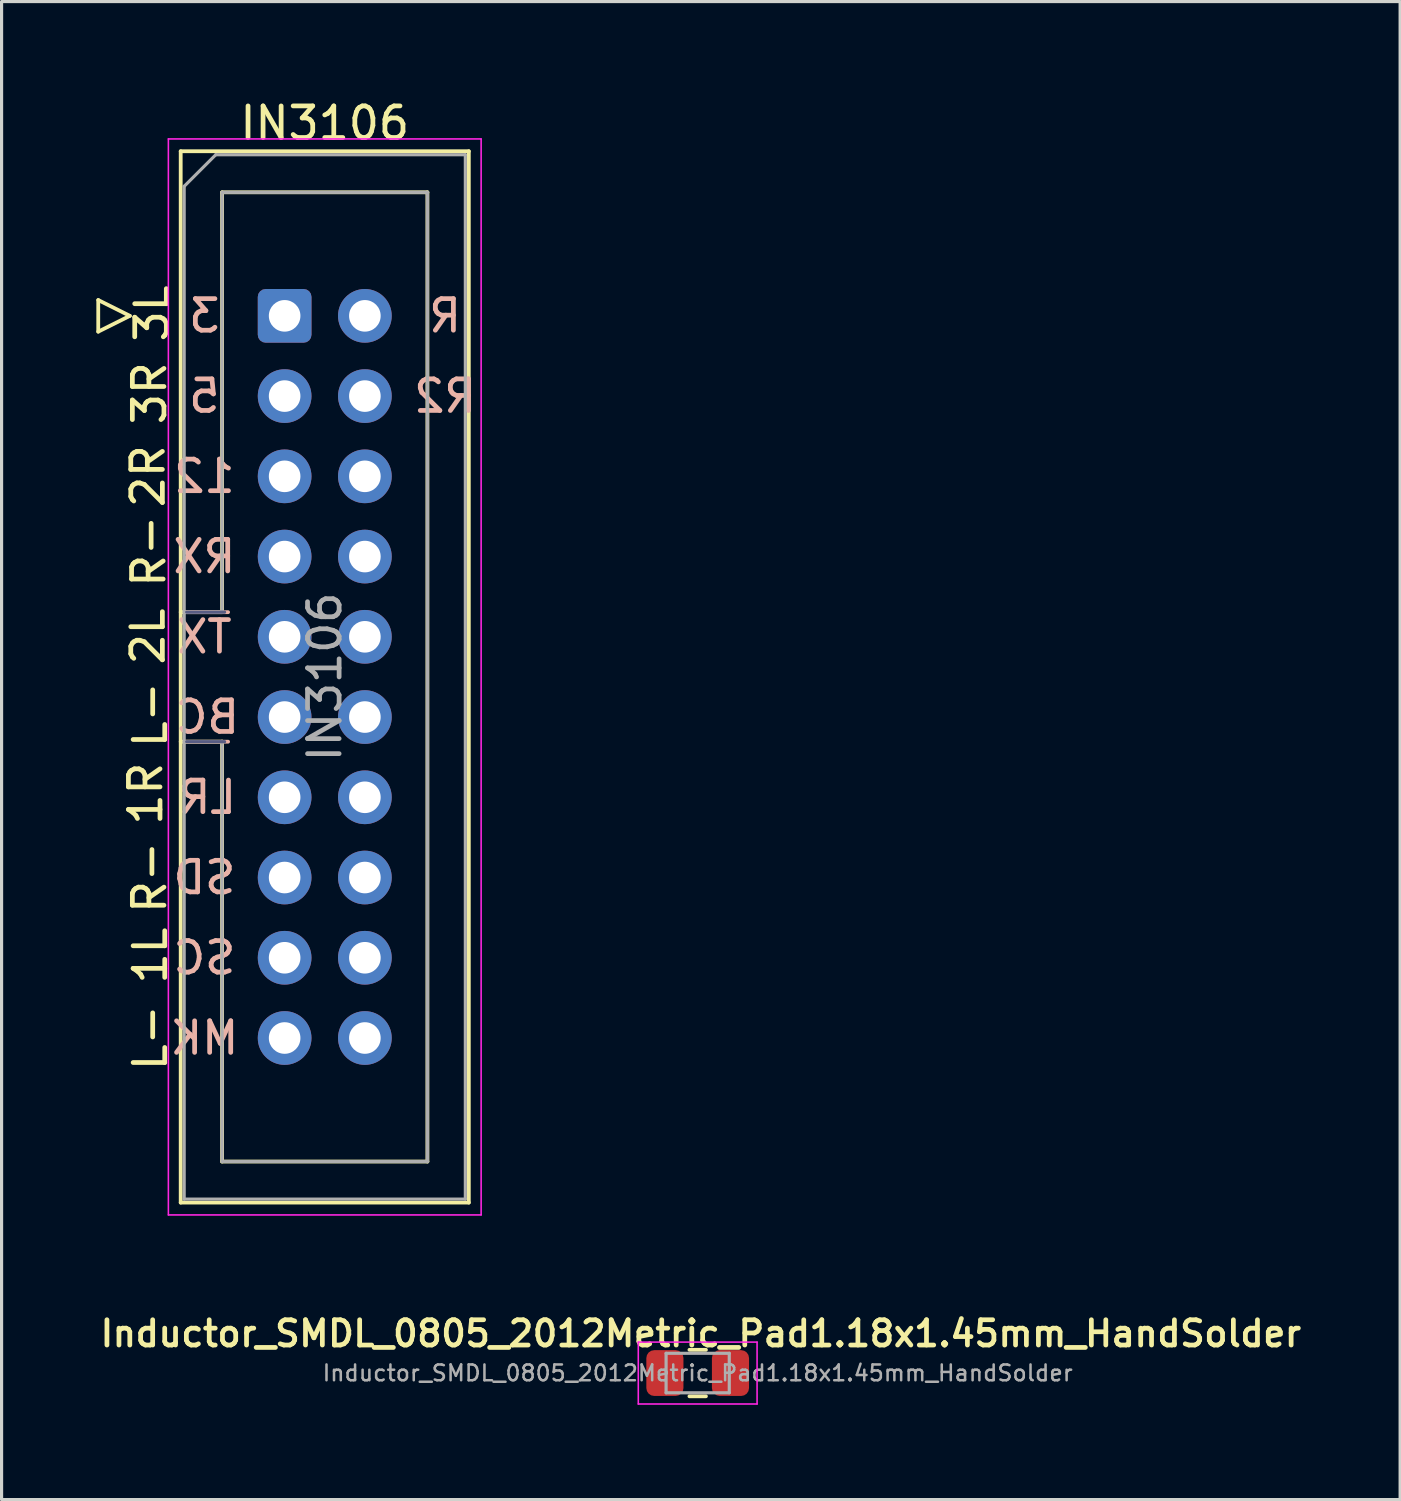
<source format=kicad_pcb>
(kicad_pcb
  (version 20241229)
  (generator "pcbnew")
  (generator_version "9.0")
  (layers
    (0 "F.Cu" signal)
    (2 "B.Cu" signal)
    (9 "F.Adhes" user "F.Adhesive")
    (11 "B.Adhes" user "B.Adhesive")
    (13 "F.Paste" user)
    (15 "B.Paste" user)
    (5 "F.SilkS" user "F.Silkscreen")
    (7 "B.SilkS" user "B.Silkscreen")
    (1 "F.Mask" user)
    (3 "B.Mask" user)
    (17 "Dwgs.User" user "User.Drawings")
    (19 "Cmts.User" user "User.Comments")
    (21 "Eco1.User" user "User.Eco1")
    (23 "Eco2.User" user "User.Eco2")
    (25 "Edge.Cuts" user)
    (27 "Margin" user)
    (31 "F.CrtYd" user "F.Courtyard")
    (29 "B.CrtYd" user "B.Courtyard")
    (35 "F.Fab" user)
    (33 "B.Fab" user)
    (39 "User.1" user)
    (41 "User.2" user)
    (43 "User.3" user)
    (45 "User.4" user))
  (footprint "IN3106"
    (layer "F.Cu")
    (at 5.96 6.948)
    (property "Reference" "IN3106" (at 1.27 -6.1 0) (layer "F.SilkS") (effects (font (size 1 1) (thickness 0.15))))
    (attr through_hole)
    (fp_line (start -5.9 -0.5) (end -5.9 0.5) (stroke (width 0.12) (type solid)) (layer "F.SilkS"))
    (fp_line (start -5.9 0.5) (end -4.9 0) (stroke (width 0.12) (type solid)) (layer "F.SilkS"))
    (fp_line (start -4.9 0) (end -5.9 -0.5) (stroke (width 0.12) (type solid)) (layer "F.SilkS"))
    (fp_line (start -3.29 -5.21) (end 5.83 -5.21) (stroke (width 0.12) (type solid)) (layer "F.SilkS"))
    (fp_line (start -3.29 9.38) (end -1.98 9.38) (stroke (width 0.12) (type solid)) (layer "F.SilkS"))
    (fp_line (start -3.29 28.07) (end -3.29 -5.21) (stroke (width 0.12) (type solid)) (layer "F.SilkS"))
    (fp_line (start -1.98 -3.91) (end 4.52 -3.91) (stroke (width 0.12) (type solid)) (layer "F.SilkS"))
    (fp_line (start -1.98 9.38) (end -1.98 -3.91) (stroke (width 0.12) (type solid)) (layer "F.SilkS"))
    (fp_line (start -1.98 13.48) (end -3.29 13.48) (stroke (width 0.12) (type solid)) (layer "F.SilkS"))
    (fp_line (start -1.98 13.48) (end -1.98 13.48) (stroke (width 0.12) (type solid)) (layer "F.SilkS"))
    (fp_line (start -1.98 26.77) (end -1.98 13.48) (stroke (width 0.12) (type solid)) (layer "F.SilkS"))
    (fp_line (start 4.52 -3.91) (end 4.52 26.77) (stroke (width 0.12) (type solid)) (layer "F.SilkS"))
    (fp_line (start 4.52 26.77) (end -1.98 26.77) (stroke (width 0.12) (type solid)) (layer "F.SilkS"))
    (fp_line (start 5.83 -5.21) (end 5.83 28.07) (stroke (width 0.12) (type solid)) (layer "F.SilkS"))
    (fp_line (start 5.83 28.07) (end -3.29 28.07) (stroke (width 0.12) (type solid)) (layer "F.SilkS"))
    (fp_line (start -3.1 13.48) (end -1.79 13.48) (stroke (width 0.12) (type solid)) (layer "B.SilkS"))
    (fp_line (start -1.79 9.38) (end -3.1 9.38) (stroke (width 0.12) (type solid)) (layer "B.SilkS"))
    (fp_line (start -3.68 -5.6) (end -3.68 28.46) (stroke (width 0.05) (type solid)) (layer "F.CrtYd"))
    (fp_line (start -3.68 28.46) (end 6.22 28.46) (stroke (width 0.05) (type solid)) (layer "F.CrtYd"))
    (fp_line (start 6.22 -5.6) (end -3.68 -5.6) (stroke (width 0.05) (type solid)) (layer "F.CrtYd"))
    (fp_line (start 6.22 28.46) (end 6.22 -5.6) (stroke (width 0.05) (type solid)) (layer "F.CrtYd"))
    (fp_line (start -3.1 13.48) (end -1.9 13.48) (stroke (width 0.1) (type solid)) (layer "B.Fab"))
    (fp_line (start -1.9 9.38) (end -3.1 9.38) (stroke (width 0.1) (type solid)) (layer "B.Fab"))
    (fp_line (start -3.18 -4.1) (end -2.18 -5.1) (stroke (width 0.1) (type solid)) (layer "F.Fab"))
    (fp_line (start -3.18 9.38) (end -1.98 9.38) (stroke (width 0.1) (type solid)) (layer "F.Fab"))
    (fp_line (start -3.18 27.96) (end -3.18 -4.1) (stroke (width 0.1) (type solid)) (layer "F.Fab"))
    (fp_line (start -2.18 -5.1) (end 5.72 -5.1) (stroke (width 0.1) (type solid)) (layer "F.Fab"))
    (fp_line (start -1.98 -3.91) (end 4.52 -3.91) (stroke (width 0.1) (type solid)) (layer "F.Fab"))
    (fp_line (start -1.98 9.38) (end -1.98 -3.91) (stroke (width 0.1) (type solid)) (layer "F.Fab"))
    (fp_line (start -1.98 13.48) (end -3.18 13.48) (stroke (width 0.1) (type solid)) (layer "F.Fab"))
    (fp_line (start -1.98 13.48) (end -1.98 13.48) (stroke (width 0.1) (type solid)) (layer "F.Fab"))
    (fp_line (start -1.98 26.77) (end -1.98 13.48) (stroke (width 0.1) (type solid)) (layer "F.Fab"))
    (fp_line (start 4.52 -3.91) (end 4.52 26.77) (stroke (width 0.1) (type solid)) (layer "F.Fab"))
    (fp_line (start 4.52 26.77) (end -1.98 26.77) (stroke (width 0.1) (type solid)) (layer "F.Fab"))
    (fp_line (start 5.72 -5.1) (end 5.72 27.96) (stroke (width 0.1) (type solid)) (layer "F.Fab"))
    (fp_line (start 5.72 27.96) (end -3.18 27.96) (stroke (width 0.1) (type solid)) (layer "F.Fab"))
    (fp_text user "1L" (at -4.25 20.25 90) (unlocked yes) (layer "F.SilkS") (effects (font (size 1 1) (thickness 0.15))))
    (fp_text user "1R" (at -4.4 15.125 90) (unlocked yes) (layer "F.SilkS") (effects (font (size 1 1) (thickness 0.15))))
    (fp_text user "2R" (at -4.325 5.075 90) (unlocked yes) (layer "F.SilkS") (effects (font (size 1 1) (thickness 0.15))))
    (fp_text user "3R" (at -4.275 2.45 90) (unlocked yes) (layer "F.SilkS") (effects (font (size 1 1) (thickness 0.15))))
    (fp_text user "L-" (at -4.25 22.85 90) (unlocked yes) (layer "F.SilkS") (effects (font (size 1 1) (thickness 0.15))))
    (fp_text user "R-" (at -4.3 7.45 90) (unlocked yes) (layer "F.SilkS") (effects (font (size 1 1) (thickness 0.15))))
    (fp_text user "2L" (at -4.325 10.15 90) (unlocked yes) (layer "F.SilkS") (effects (font (size 1 1) (thickness 0.15))))
    (fp_text user "R-" (at -4.275 17.775 90) (unlocked yes) (layer "F.SilkS") (effects (font (size 1 1) (thickness 0.15))))
    (fp_text user "3L" (at -4.2 -0.075 90) (unlocked yes) (layer "F.SilkS") (effects (font (size 1 1) (thickness 0.15))))
    (fp_text user "L-" (at -4.25 12.625 90) (unlocked yes) (layer "F.SilkS") (effects (font (size 1 1) (thickness 0.15))))
    (fp_text user "MK" (at -2.54 22.86 0) (unlocked yes) (layer "B.SilkS") (effects (font (size 1 1) (thickness 0.15)) (justify mirror)))
    (fp_text user "LR" (at -2.445 15.24 0) (unlocked yes) (layer "B.SilkS") (effects (font (size 1 1) (thickness 0.15)) (justify mirror)))
    (fp_text user "12" (at -2.54 5.08 0) (unlocked yes) (layer "B.SilkS") (effects (font (size 1 1) (thickness 0.15)) (justify mirror)))
    (fp_text user "RX" (at -2.54 7.62 0) (unlocked yes) (layer "B.SilkS") (effects (font (size 1 1) (thickness 0.15)) (justify mirror)))
    (fp_text user "SC" (at -2.54 20.32 0) (unlocked yes) (layer "B.SilkS") (effects (font (size 1 1) (thickness 0.15)) (justify mirror)))
    (fp_text user "3" (at -2.54 0 0) (unlocked yes) (layer "B.SilkS") (effects (font (size 1 1) (thickness 0.15)) (justify mirror)))
    (fp_text user "TX" (at -2.54 10.16 0) (unlocked yes) (layer "B.SilkS") (effects (font (size 1 1) (thickness 0.15)) (justify mirror)))
    (fp_text user "SD" (at -2.54 17.78 0) (unlocked yes) (layer "B.SilkS") (effects (font (size 1 1) (thickness 0.15)) (justify mirror)))
    (fp_text user "BC" (at -2.445 12.7 0) (unlocked yes) (layer "B.SilkS") (effects (font (size 1 1) (thickness 0.15)) (justify mirror)))
    (fp_text user "5" (at -2.54 2.54 0) (unlocked yes) (layer "B.SilkS") (effects (font (size 1 1) (thickness 0.15)) (justify mirror)))
    (fp_text user "R" (at 5.08 0 0) (unlocked yes) (layer "B.SilkS") (effects (font (size 1 1) (thickness 0.15)) (justify mirror)))
    (fp_text user "R2" (at 5.08 2.54 0) (unlocked yes) (layer "B.SilkS") (effects (font (size 1 1) (thickness 0.15)) (justify mirror)))
    (fp_text user "${REFERENCE}" (at 1.27 11.43 90) (layer "F.Fab") (effects (font (size 1 1) (thickness 0.15))))
    (pad "1" thru_hole roundrect (at 0 0) (size 1.7 1.7) (drill 1) (layers "*.Cu" "*.Mask") (roundrect_rratio 0.147))
    (pad "2" thru_hole circle (at 2.54 0) (size 1.7 1.7) (drill 1) (layers "*.Cu" "*.Mask"))
    (pad "3" thru_hole circle (at 0 2.54) (size 1.7 1.7) (drill 1) (layers "*.Cu" "*.Mask"))
    (pad "4" thru_hole circle (at 2.54 2.54) (size 1.7 1.7) (drill 1) (layers "*.Cu" "*.Mask"))
    (pad "5" thru_hole circle (at 0 5.08) (size 1.7 1.7) (drill 1) (layers "*.Cu" "*.Mask"))
    (pad "6" thru_hole circle (at 2.54 5.08) (size 1.7 1.7) (drill 1) (layers "*.Cu" "*.Mask"))
    (pad "7" thru_hole circle (at 0 7.62) (size 1.7 1.7) (drill 1) (layers "*.Cu" "*.Mask"))
    (pad "8" thru_hole circle (at 2.54 7.62) (size 1.7 1.7) (drill 1) (layers "*.Cu" "*.Mask"))
    (pad "9" thru_hole circle (at 0 10.16) (size 1.7 1.7) (drill 1) (layers "*.Cu" "*.Mask"))
    (pad "10" thru_hole circle (at 2.54 10.16) (size 1.7 1.7) (drill 1) (layers "*.Cu" "*.Mask"))
    (pad "11" thru_hole circle (at 0 12.7) (size 1.7 1.7) (drill 1) (layers "*.Cu" "*.Mask"))
    (pad "12" thru_hole circle (at 2.54 12.7) (size 1.7 1.7) (drill 1) (layers "*.Cu" "*.Mask"))
    (pad "13" thru_hole circle (at 0 15.24) (size 1.7 1.7) (drill 1) (layers "*.Cu" "*.Mask"))
    (pad "14" thru_hole circle (at 2.54 15.24) (size 1.7 1.7) (drill 1) (layers "*.Cu" "*.Mask"))
    (pad "15" thru_hole circle (at 0 17.78) (size 1.7 1.7) (drill 1) (layers "*.Cu" "*.Mask"))
    (pad "16" thru_hole circle (at 2.54 17.78) (size 1.7 1.7) (drill 1) (layers "*.Cu" "*.Mask"))
    (pad "17" thru_hole circle (at 0 20.32) (size 1.7 1.7) (drill 1) (layers "*.Cu" "*.Mask"))
    (pad "18" thru_hole circle (at 2.54 20.32) (size 1.7 1.7) (drill 1) (layers "*.Cu" "*.Mask"))
    (pad "19" thru_hole circle (at 0 22.86) (size 1.7 1.7) (drill 1) (layers "*.Cu" "*.Mask"))
    (pad "20" thru_hole circle (at 2.54 22.86) (size 1.7 1.7) (drill 1) (layers "*.Cu" "*.Mask")))
  (footprint "Inductor_SMDL_0805_2012Metric_Pad1.18x1.45mm_HandSolder"
    (layer "F.Cu")
    (at 19.035 40.414)
    (property "Reference" "Inductor_SMDL_0805_2012Metric_Pad1.18x1.45mm_HandSolder" (at 0.1 -1.25 180) (layer "F.SilkS") (effects (font (size 0.8 0.8) (thickness 0.15))))
    (attr smd)
    (fp_line (start -0.261 -0.735) (end 0.261 -0.735) (stroke (width 0.12) (type solid)) (layer "F.SilkS"))
    (fp_line (start -0.261 0.735) (end 0.261 0.735) (stroke (width 0.12) (type solid)) (layer "F.SilkS"))
    (fp_line (start -1.88 -0.98) (end 1.88 -0.98) (stroke (width 0.05) (type solid)) (layer "F.CrtYd"))
    (fp_line (start -1.88 0.98) (end -1.88 -0.98) (stroke (width 0.05) (type solid)) (layer "F.CrtYd"))
    (fp_line (start 1.88 -0.98) (end 1.88 0.98) (stroke (width 0.05) (type solid)) (layer "F.CrtYd"))
    (fp_line (start 1.88 0.98) (end -1.88 0.98) (stroke (width 0.05) (type solid)) (layer "F.CrtYd"))
    (fp_line (start -1 -0.625) (end 1 -0.625) (stroke (width 0.1) (type solid)) (layer "F.Fab"))
    (fp_line (start -1 0.625) (end -1 -0.625) (stroke (width 0.1) (type solid)) (layer "F.Fab"))
    (fp_line (start 1 -0.625) (end 1 0.625) (stroke (width 0.1) (type solid)) (layer "F.Fab"))
    (fp_line (start 1 0.625) (end -1 0.625) (stroke (width 0.1) (type solid)) (layer "F.Fab"))
    (fp_text user "${REFERENCE}" (at 0 0 180) (layer "F.Fab") (effects (font (size 0.5 0.5) (thickness 0.08))))
    (pad "1" smd roundrect (at -1.038 0) (size 1.175 1.45) (layers "F.Cu" "F.Mask" "F.Paste") (roundrect_rratio 0.213))
    (pad "2" smd roundrect (at 1.038 0) (size 1.175 1.45) (layers "F.Cu" "F.Mask" "F.Paste") (roundrect_rratio 0.213)))
  (gr_rect
    (start -3 -3)
    (end 41.271 44.419)
    (stroke (width 0.1) (type default))
    (fill no)
    (layer "Edge.Cuts")))
</source>
